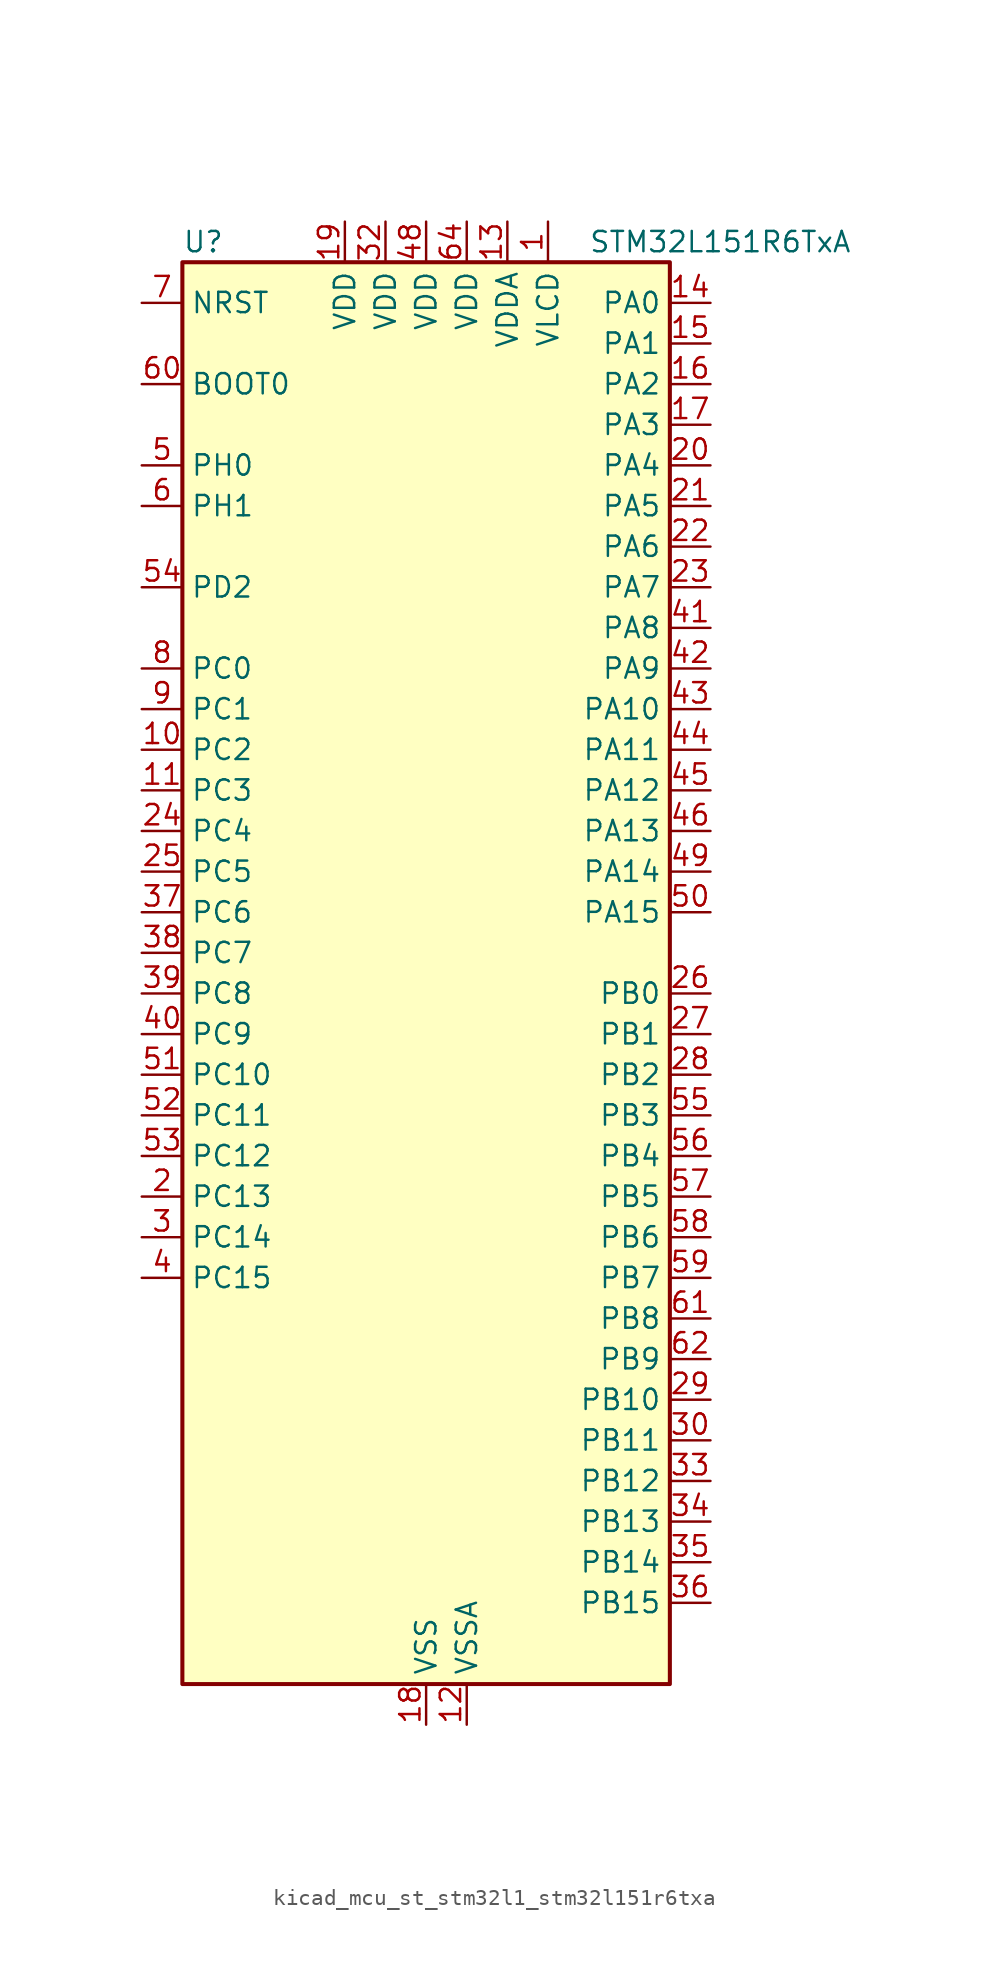
<source format=kicad_sym>
(kicad_symbol_lib
  (version 20220914)
  (generator kicad_symbol_editor)
  (symbol "kicad_mcu_st_stm32l1_stm32l151r6txa"
    (property "Reference" "U"
      (at -15.24 46.99 0)
      (effects (font (size 1.27 1.27)) (justify left)))
    (property "Value" "STM32L151R6TxA"
      (at 10.16 46.99 0)
      (effects (font (size 1.27 1.27)) (justify left)))
    (property "ki_locked" ""
      (at 0 0 0)
      (effects (font (size 1.27 1.27))))
    (symbol "kicad_mcu_st_stm32l1_stm32l151r6txa_0_1"
      (rectangle (start -15.24 -43.18) (end 15.24 45.72) (stroke (width 0.254) (type default)) (fill (type background))))
    (symbol "kicad_mcu_st_stm32l1_stm32l151r6txa_1_1"
      (pin power_in line (at 7.62 48.26 270) (length 2.54) (name "VLCD" (effects (font (size 1.27 1.27)))) (number "1" (effects (font (size 1.27 1.27)))))
      (pin bidirectional line (at -17.78 15.24 0) (length 2.54) (name "PC2" (effects (font (size 1.27 1.27)))) (number "10" (effects (font (size 1.27 1.27)))) (alternate "ADC_IN12" bidirectional line) (alternate "COMP1_INP" bidirectional line) (alternate "TIMX_IC3" bidirectional line) (alternate "TS_G8_IO3" bidirectional line))
      (pin bidirectional line (at -17.78 12.7 0) (length 2.54) (name "PC3" (effects (font (size 1.27 1.27)))) (number "11" (effects (font (size 1.27 1.27)))) (alternate "ADC_IN13" bidirectional line) (alternate "COMP1_INP" bidirectional line) (alternate "TIMX_IC4" bidirectional line) (alternate "TS_G8_IO4" bidirectional line))
      (pin power_in line (at 2.54 -45.72 90) (length 2.54) (name "VSSA" (effects (font (size 1.27 1.27)))) (number "12" (effects (font (size 1.27 1.27)))))
      (pin power_in line (at 5.08 48.26 270) (length 2.54) (name "VDDA" (effects (font (size 1.27 1.27)))) (number "13" (effects (font (size 1.27 1.27)))))
      (pin bidirectional line (at 17.78 43.18 180) (length 2.54) (name "PA0" (effects (font (size 1.27 1.27)))) (number "14" (effects (font (size 1.27 1.27)))) (alternate "ADC_IN0" bidirectional line) (alternate "COMP1_INP" bidirectional line) (alternate "RTC_TAMP2" bidirectional line) (alternate "SYS_WKUP1" bidirectional line) (alternate "TIM2_CH1" bidirectional line) (alternate "TIM2_ETR" bidirectional line) (alternate "TIMX_IC1" bidirectional line) (alternate "TS_G1_IO1" bidirectional line) (alternate "USART2_CTS" bidirectional line))
      (pin bidirectional line (at 17.78 40.64 180) (length 2.54) (name "PA1" (effects (font (size 1.27 1.27)))) (number "15" (effects (font (size 1.27 1.27)))) (alternate "ADC_IN1" bidirectional line) (alternate "COMP1_INP" bidirectional line) (alternate "TIM2_CH2" bidirectional line) (alternate "TIMX_IC2" bidirectional line) (alternate "TS_G1_IO2" bidirectional line) (alternate "USART2_RTS" bidirectional line))
      (pin bidirectional line (at 17.78 38.1 180) (length 2.54) (name "PA2" (effects (font (size 1.27 1.27)))) (number "16" (effects (font (size 1.27 1.27)))) (alternate "ADC_IN2" bidirectional line) (alternate "COMP1_INP" bidirectional line) (alternate "TIM2_CH3" bidirectional line) (alternate "TIM9_CH1" bidirectional line) (alternate "TIMX_IC3" bidirectional line) (alternate "TS_G1_IO3" bidirectional line) (alternate "USART2_TX" bidirectional line))
      (pin bidirectional line (at 17.78 35.56 180) (length 2.54) (name "PA3" (effects (font (size 1.27 1.27)))) (number "17" (effects (font (size 1.27 1.27)))) (alternate "ADC_IN3" bidirectional line) (alternate "COMP1_INP" bidirectional line) (alternate "TIM2_CH4" bidirectional line) (alternate "TIM9_CH2" bidirectional line) (alternate "TIMX_IC4" bidirectional line) (alternate "TS_G1_IO4" bidirectional line) (alternate "USART2_RX" bidirectional line))
      (pin power_in line (at 0 -45.72 90) (length 2.54) (name "VSS" (effects (font (size 1.27 1.27)))) (number "18" (effects (font (size 1.27 1.27)))))
      (pin power_in line (at -5.08 48.26 270) (length 2.54) (name "VDD" (effects (font (size 1.27 1.27)))) (number "19" (effects (font (size 1.27 1.27)))))
      (pin bidirectional line (at -17.78 -12.7 0) (length 2.54) (name "PC13" (effects (font (size 1.27 1.27)))) (number "2" (effects (font (size 1.27 1.27)))) (alternate "RTC_OUT_ALARM" bidirectional line) (alternate "RTC_OUT_CALIB" bidirectional line) (alternate "RTC_TAMP1" bidirectional line) (alternate "RTC_TS" bidirectional line) (alternate "SYS_WKUP2" bidirectional line) (alternate "TIMX_IC2" bidirectional line))
      (pin bidirectional line (at 17.78 33.02 180) (length 2.54) (name "PA4" (effects (font (size 1.27 1.27)))) (number "20" (effects (font (size 1.27 1.27)))) (alternate "ADC_IN4" bidirectional line) (alternate "COMP1_INP" bidirectional line) (alternate "DAC_OUT1" bidirectional line) (alternate "SPI1_NSS" bidirectional line) (alternate "TIMX_IC1" bidirectional line) (alternate "USART2_CK" bidirectional line))
      (pin bidirectional line (at 17.78 30.48 180) (length 2.54) (name "PA5" (effects (font (size 1.27 1.27)))) (number "21" (effects (font (size 1.27 1.27)))) (alternate "ADC_IN5" bidirectional line) (alternate "COMP1_INP" bidirectional line) (alternate "DAC_OUT2" bidirectional line) (alternate "SPI1_SCK" bidirectional line) (alternate "TIM2_CH1" bidirectional line) (alternate "TIM2_ETR" bidirectional line) (alternate "TIMX_IC2" bidirectional line))
      (pin bidirectional line (at 17.78 27.94 180) (length 2.54) (name "PA6" (effects (font (size 1.27 1.27)))) (number "22" (effects (font (size 1.27 1.27)))) (alternate "ADC_IN6" bidirectional line) (alternate "COMP1_INP" bidirectional line) (alternate "SPI1_MISO" bidirectional line) (alternate "TIM10_CH1" bidirectional line) (alternate "TIM3_CH1" bidirectional line) (alternate "TIMX_IC3" bidirectional line) (alternate "TS_G2_IO1" bidirectional line))
      (pin bidirectional line (at 17.78 25.4 180) (length 2.54) (name "PA7" (effects (font (size 1.27 1.27)))) (number "23" (effects (font (size 1.27 1.27)))) (alternate "ADC_IN7" bidirectional line) (alternate "COMP1_INP" bidirectional line) (alternate "SPI1_MOSI" bidirectional line) (alternate "TIM11_CH1" bidirectional line) (alternate "TIM3_CH2" bidirectional line) (alternate "TIMX_IC4" bidirectional line) (alternate "TS_G2_IO2" bidirectional line))
      (pin bidirectional line (at -17.78 10.16 0) (length 2.54) (name "PC4" (effects (font (size 1.27 1.27)))) (number "24" (effects (font (size 1.27 1.27)))) (alternate "ADC_IN14" bidirectional line) (alternate "COMP1_INP" bidirectional line) (alternate "TIMX_IC1" bidirectional line) (alternate "TS_G9_IO1" bidirectional line))
      (pin bidirectional line (at -17.78 7.62 0) (length 2.54) (name "PC5" (effects (font (size 1.27 1.27)))) (number "25" (effects (font (size 1.27 1.27)))) (alternate "ADC_IN15" bidirectional line) (alternate "COMP1_INP" bidirectional line) (alternate "TIMX_IC2" bidirectional line) (alternate "TS_G9_IO2" bidirectional line))
      (pin bidirectional line (at 17.78 0 180) (length 2.54) (name "PB0" (effects (font (size 1.27 1.27)))) (number "26" (effects (font (size 1.27 1.27)))) (alternate "ADC_IN8" bidirectional line) (alternate "COMP1_INP" bidirectional line) (alternate "SYS_V_REF_OUT" bidirectional line) (alternate "TIM3_CH3" bidirectional line) (alternate "TS_G3_IO1" bidirectional line))
      (pin bidirectional line (at 17.78 -2.54 180) (length 2.54) (name "PB1" (effects (font (size 1.27 1.27)))) (number "27" (effects (font (size 1.27 1.27)))) (alternate "ADC_IN9" bidirectional line) (alternate "COMP1_INP" bidirectional line) (alternate "SYS_V_REF_OUT" bidirectional line) (alternate "TIM3_CH4" bidirectional line) (alternate "TS_G3_IO2" bidirectional line))
      (pin bidirectional line (at 17.78 -5.08 180) (length 2.54) (name "PB2" (effects (font (size 1.27 1.27)))) (number "28" (effects (font (size 1.27 1.27)))) (alternate "TS_G3_IO3" bidirectional line))
      (pin bidirectional line (at 17.78 -25.4 180) (length 2.54) (name "PB10" (effects (font (size 1.27 1.27)))) (number "29" (effects (font (size 1.27 1.27)))) (alternate "I2C2_SCL" bidirectional line) (alternate "TIM2_CH3" bidirectional line) (alternate "USART3_TX" bidirectional line))
      (pin bidirectional line (at -17.78 -15.24 0) (length 2.54) (name "PC14" (effects (font (size 1.27 1.27)))) (number "3" (effects (font (size 1.27 1.27)))) (alternate "RCC_OSC32_IN" bidirectional line) (alternate "TIMX_IC3" bidirectional line))
      (pin bidirectional line (at 17.78 -27.94 180) (length 2.54) (name "PB11" (effects (font (size 1.27 1.27)))) (number "30" (effects (font (size 1.27 1.27)))) (alternate "ADC_EXTI11" bidirectional line) (alternate "I2C2_SDA" bidirectional line) (alternate "TIM2_CH4" bidirectional line) (alternate "USART3_RX" bidirectional line))
      (pin passive line (at 0 -45.72 90) (length 2.54) hide (name "VSS" (effects (font (size 1.27 1.27)))) (number "31" (effects (font (size 1.27 1.27)))))
      (pin power_in line (at -2.54 48.26 270) (length 2.54) (name "VDD" (effects (font (size 1.27 1.27)))) (number "32" (effects (font (size 1.27 1.27)))))
      (pin bidirectional line (at 17.78 -30.48 180) (length 2.54) (name "PB12" (effects (font (size 1.27 1.27)))) (number "33" (effects (font (size 1.27 1.27)))) (alternate "ADC_IN18" bidirectional line) (alternate "COMP1_INP" bidirectional line) (alternate "I2C2_SMBA" bidirectional line) (alternate "SPI2_NSS" bidirectional line) (alternate "TIM10_CH1" bidirectional line) (alternate "TS_G7_IO1" bidirectional line) (alternate "USART3_CK" bidirectional line))
      (pin bidirectional line (at 17.78 -33.02 180) (length 2.54) (name "PB13" (effects (font (size 1.27 1.27)))) (number "34" (effects (font (size 1.27 1.27)))) (alternate "ADC_IN19" bidirectional line) (alternate "COMP1_INP" bidirectional line) (alternate "SPI2_SCK" bidirectional line) (alternate "TIM9_CH1" bidirectional line) (alternate "TS_G7_IO2" bidirectional line) (alternate "USART3_CTS" bidirectional line))
      (pin bidirectional line (at 17.78 -35.56 180) (length 2.54) (name "PB14" (effects (font (size 1.27 1.27)))) (number "35" (effects (font (size 1.27 1.27)))) (alternate "ADC_IN20" bidirectional line) (alternate "COMP1_INP" bidirectional line) (alternate "SPI2_MISO" bidirectional line) (alternate "TIM9_CH2" bidirectional line) (alternate "TS_G7_IO3" bidirectional line) (alternate "USART3_RTS" bidirectional line))
      (pin bidirectional line (at 17.78 -38.1 180) (length 2.54) (name "PB15" (effects (font (size 1.27 1.27)))) (number "36" (effects (font (size 1.27 1.27)))) (alternate "ADC_EXTI15" bidirectional line) (alternate "ADC_IN21" bidirectional line) (alternate "COMP1_INP" bidirectional line) (alternate "RTC_REFIN" bidirectional line) (alternate "SPI2_MOSI" bidirectional line) (alternate "TIM11_CH1" bidirectional line) (alternate "TS_G7_IO4" bidirectional line))
      (pin bidirectional line (at -17.78 5.08 0) (length 2.54) (name "PC6" (effects (font (size 1.27 1.27)))) (number "37" (effects (font (size 1.27 1.27)))) (alternate "TIM3_CH1" bidirectional line) (alternate "TIMX_IC3" bidirectional line) (alternate "TS_G10_IO1" bidirectional line))
      (pin bidirectional line (at -17.78 2.54 0) (length 2.54) (name "PC7" (effects (font (size 1.27 1.27)))) (number "38" (effects (font (size 1.27 1.27)))) (alternate "TIM3_CH2" bidirectional line) (alternate "TIMX_IC4" bidirectional line) (alternate "TS_G10_IO2" bidirectional line))
      (pin bidirectional line (at -17.78 0 0) (length 2.54) (name "PC8" (effects (font (size 1.27 1.27)))) (number "39" (effects (font (size 1.27 1.27)))) (alternate "TIM3_CH3" bidirectional line) (alternate "TIMX_IC1" bidirectional line) (alternate "TS_G10_IO3" bidirectional line))
      (pin bidirectional line (at -17.78 -17.78 0) (length 2.54) (name "PC15" (effects (font (size 1.27 1.27)))) (number "4" (effects (font (size 1.27 1.27)))) (alternate "ADC_EXTI15" bidirectional line) (alternate "RCC_OSC32_OUT" bidirectional line) (alternate "TIMX_IC4" bidirectional line))
      (pin bidirectional line (at -17.78 -2.54 0) (length 2.54) (name "PC9" (effects (font (size 1.27 1.27)))) (number "40" (effects (font (size 1.27 1.27)))) (alternate "DAC_EXTI9" bidirectional line) (alternate "TIM3_CH4" bidirectional line) (alternate "TIMX_IC2" bidirectional line) (alternate "TS_G10_IO4" bidirectional line))
      (pin bidirectional line (at 17.78 22.86 180) (length 2.54) (name "PA8" (effects (font (size 1.27 1.27)))) (number "41" (effects (font (size 1.27 1.27)))) (alternate "RCC_MCO" bidirectional line) (alternate "TIMX_IC1" bidirectional line) (alternate "TS_G4_IO1" bidirectional line) (alternate "USART1_CK" bidirectional line))
      (pin bidirectional line (at 17.78 20.32 180) (length 2.54) (name "PA9" (effects (font (size 1.27 1.27)))) (number "42" (effects (font (size 1.27 1.27)))) (alternate "DAC_EXTI9" bidirectional line) (alternate "TIMX_IC2" bidirectional line) (alternate "TS_G4_IO2" bidirectional line) (alternate "USART1_TX" bidirectional line))
      (pin bidirectional line (at 17.78 17.78 180) (length 2.54) (name "PA10" (effects (font (size 1.27 1.27)))) (number "43" (effects (font (size 1.27 1.27)))) (alternate "TIMX_IC3" bidirectional line) (alternate "TS_G4_IO3" bidirectional line) (alternate "USART1_RX" bidirectional line))
      (pin bidirectional line (at 17.78 15.24 180) (length 2.54) (name "PA11" (effects (font (size 1.27 1.27)))) (number "44" (effects (font (size 1.27 1.27)))) (alternate "ADC_EXTI11" bidirectional line) (alternate "SPI1_MISO" bidirectional line) (alternate "TIMX_IC4" bidirectional line) (alternate "USART1_CTS" bidirectional line) (alternate "USB_DM" bidirectional line))
      (pin bidirectional line (at 17.78 12.7 180) (length 2.54) (name "PA12" (effects (font (size 1.27 1.27)))) (number "45" (effects (font (size 1.27 1.27)))) (alternate "SPI1_MOSI" bidirectional line) (alternate "TIMX_IC1" bidirectional line) (alternate "USART1_RTS" bidirectional line) (alternate "USB_DP" bidirectional line))
      (pin bidirectional line (at 17.78 10.16 180) (length 2.54) (name "PA13" (effects (font (size 1.27 1.27)))) (number "46" (effects (font (size 1.27 1.27)))) (alternate "SYS_JTMS-SWDIO" bidirectional line) (alternate "TIMX_IC2" bidirectional line) (alternate "TS_G5_IO1" bidirectional line))
      (pin passive line (at 0 -45.72 90) (length 2.54) hide (name "VSS" (effects (font (size 1.27 1.27)))) (number "47" (effects (font (size 1.27 1.27)))))
      (pin power_in line (at 0 48.26 270) (length 2.54) (name "VDD" (effects (font (size 1.27 1.27)))) (number "48" (effects (font (size 1.27 1.27)))))
      (pin bidirectional line (at 17.78 7.62 180) (length 2.54) (name "PA14" (effects (font (size 1.27 1.27)))) (number "49" (effects (font (size 1.27 1.27)))) (alternate "SYS_JTCK-SWCLK" bidirectional line) (alternate "TIMX_IC3" bidirectional line) (alternate "TS_G5_IO2" bidirectional line))
      (pin bidirectional line (at -17.78 33.02 0) (length 2.54) (name "PH0" (effects (font (size 1.27 1.27)))) (number "5" (effects (font (size 1.27 1.27)))) (alternate "RCC_OSC_IN" bidirectional line))
      (pin bidirectional line (at 17.78 5.08 180) (length 2.54) (name "PA15" (effects (font (size 1.27 1.27)))) (number "50" (effects (font (size 1.27 1.27)))) (alternate "ADC_EXTI15" bidirectional line) (alternate "SPI1_NSS" bidirectional line) (alternate "SYS_JTDI" bidirectional line) (alternate "TIM2_CH1" bidirectional line) (alternate "TIM2_ETR" bidirectional line) (alternate "TIMX_IC4" bidirectional line) (alternate "TS_G5_IO3" bidirectional line))
      (pin bidirectional line (at -17.78 -5.08 0) (length 2.54) (name "PC10" (effects (font (size 1.27 1.27)))) (number "51" (effects (font (size 1.27 1.27)))) (alternate "TIMX_IC3" bidirectional line) (alternate "USART3_TX" bidirectional line))
      (pin bidirectional line (at -17.78 -7.62 0) (length 2.54) (name "PC11" (effects (font (size 1.27 1.27)))) (number "52" (effects (font (size 1.27 1.27)))) (alternate "ADC_EXTI11" bidirectional line) (alternate "TIMX_IC4" bidirectional line) (alternate "USART3_RX" bidirectional line))
      (pin bidirectional line (at -17.78 -10.16 0) (length 2.54) (name "PC12" (effects (font (size 1.27 1.27)))) (number "53" (effects (font (size 1.27 1.27)))) (alternate "TIMX_IC1" bidirectional line) (alternate "USART3_CK" bidirectional line))
      (pin bidirectional line (at -17.78 25.4 0) (length 2.54) (name "PD2" (effects (font (size 1.27 1.27)))) (number "54" (effects (font (size 1.27 1.27)))) (alternate "TIM3_ETR" bidirectional line) (alternate "TIMX_IC3" bidirectional line))
      (pin bidirectional line (at 17.78 -7.62 180) (length 2.54) (name "PB3" (effects (font (size 1.27 1.27)))) (number "55" (effects (font (size 1.27 1.27)))) (alternate "COMP2_INM" bidirectional line) (alternate "SPI1_SCK" bidirectional line) (alternate "SYS_JTDO-TRACESWO" bidirectional line) (alternate "TIM2_CH2" bidirectional line))
      (pin bidirectional line (at 17.78 -10.16 180) (length 2.54) (name "PB4" (effects (font (size 1.27 1.27)))) (number "56" (effects (font (size 1.27 1.27)))) (alternate "COMP2_INP" bidirectional line) (alternate "SPI1_MISO" bidirectional line) (alternate "SYS_JTRST" bidirectional line) (alternate "TIM3_CH1" bidirectional line) (alternate "TS_G6_IO1" bidirectional line))
      (pin bidirectional line (at 17.78 -12.7 180) (length 2.54) (name "PB5" (effects (font (size 1.27 1.27)))) (number "57" (effects (font (size 1.27 1.27)))) (alternate "COMP2_INP" bidirectional line) (alternate "I2C1_SMBA" bidirectional line) (alternate "SPI1_MOSI" bidirectional line) (alternate "TIM3_CH2" bidirectional line) (alternate "TS_G6_IO2" bidirectional line))
      (pin bidirectional line (at 17.78 -15.24 180) (length 2.54) (name "PB6" (effects (font (size 1.27 1.27)))) (number "58" (effects (font (size 1.27 1.27)))) (alternate "I2C1_SCL" bidirectional line) (alternate "TIM4_CH1" bidirectional line) (alternate "TS_G6_IO3" bidirectional line) (alternate "USART1_TX" bidirectional line))
      (pin bidirectional line (at 17.78 -17.78 180) (length 2.54) (name "PB7" (effects (font (size 1.27 1.27)))) (number "59" (effects (font (size 1.27 1.27)))) (alternate "I2C1_SDA" bidirectional line) (alternate "SYS_PVD_IN" bidirectional line) (alternate "TIM4_CH2" bidirectional line) (alternate "TS_G6_IO4" bidirectional line) (alternate "USART1_RX" bidirectional line))
      (pin bidirectional line (at -17.78 30.48 0) (length 2.54) (name "PH1" (effects (font (size 1.27 1.27)))) (number "6" (effects (font (size 1.27 1.27)))) (alternate "RCC_OSC_OUT" bidirectional line))
      (pin input line (at -17.78 38.1 0) (length 2.54) (name "BOOT0" (effects (font (size 1.27 1.27)))) (number "60" (effects (font (size 1.27 1.27)))))
      (pin bidirectional line (at 17.78 -20.32 180) (length 2.54) (name "PB8" (effects (font (size 1.27 1.27)))) (number "61" (effects (font (size 1.27 1.27)))) (alternate "I2C1_SCL" bidirectional line) (alternate "TIM10_CH1" bidirectional line) (alternate "TIM4_CH3" bidirectional line))
      (pin bidirectional line (at 17.78 -22.86 180) (length 2.54) (name "PB9" (effects (font (size 1.27 1.27)))) (number "62" (effects (font (size 1.27 1.27)))) (alternate "DAC_EXTI9" bidirectional line) (alternate "I2C1_SDA" bidirectional line) (alternate "TIM11_CH1" bidirectional line) (alternate "TIM4_CH4" bidirectional line))
      (pin passive line (at 0 -45.72 90) (length 2.54) hide (name "VSS" (effects (font (size 1.27 1.27)))) (number "63" (effects (font (size 1.27 1.27)))))
      (pin power_in line (at 2.54 48.26 270) (length 2.54) (name "VDD" (effects (font (size 1.27 1.27)))) (number "64" (effects (font (size 1.27 1.27)))))
      (pin input line (at -17.78 43.18 0) (length 2.54) (name "NRST" (effects (font (size 1.27 1.27)))) (number "7" (effects (font (size 1.27 1.27)))))
      (pin bidirectional line (at -17.78 20.32 0) (length 2.54) (name "PC0" (effects (font (size 1.27 1.27)))) (number "8" (effects (font (size 1.27 1.27)))) (alternate "ADC_IN10" bidirectional line) (alternate "COMP1_INP" bidirectional line) (alternate "TIMX_IC1" bidirectional line) (alternate "TS_G8_IO1" bidirectional line))
      (pin bidirectional line (at -17.78 17.78 0) (length 2.54) (name "PC1" (effects (font (size 1.27 1.27)))) (number "9" (effects (font (size 1.27 1.27)))) (alternate "ADC_IN11" bidirectional line) (alternate "COMP1_INP" bidirectional line) (alternate "TIMX_IC2" bidirectional line) (alternate "TS_G8_IO2" bidirectional line)))))
</source>
